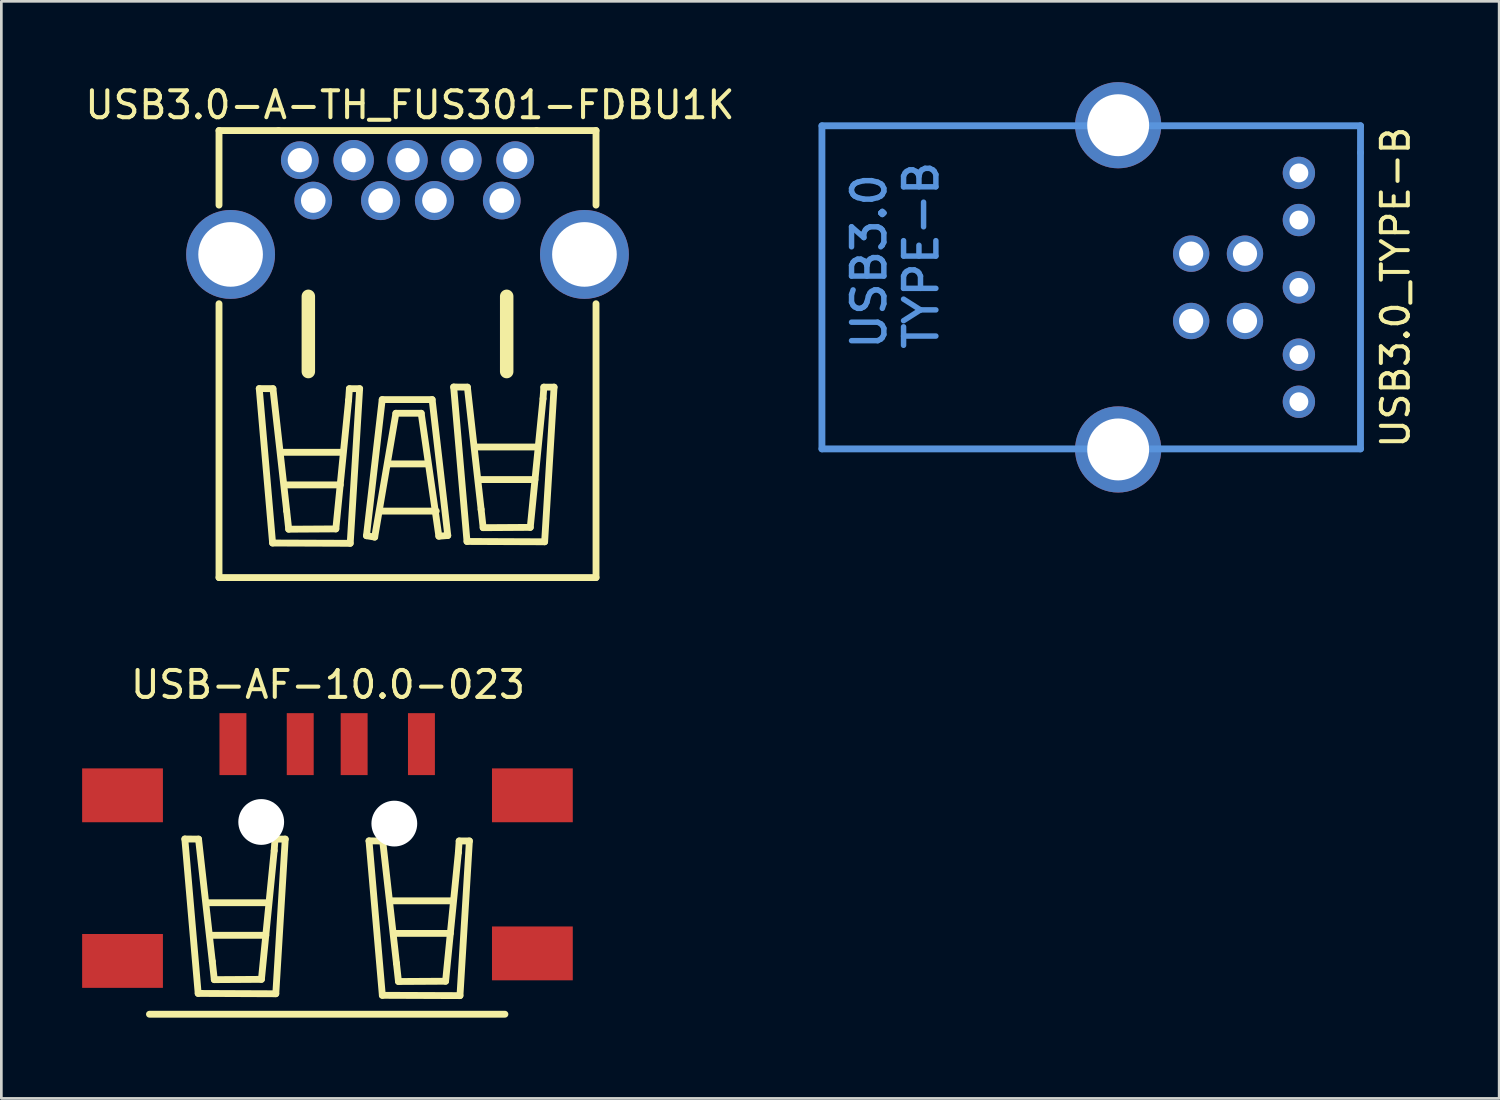
<source format=kicad_pcb>
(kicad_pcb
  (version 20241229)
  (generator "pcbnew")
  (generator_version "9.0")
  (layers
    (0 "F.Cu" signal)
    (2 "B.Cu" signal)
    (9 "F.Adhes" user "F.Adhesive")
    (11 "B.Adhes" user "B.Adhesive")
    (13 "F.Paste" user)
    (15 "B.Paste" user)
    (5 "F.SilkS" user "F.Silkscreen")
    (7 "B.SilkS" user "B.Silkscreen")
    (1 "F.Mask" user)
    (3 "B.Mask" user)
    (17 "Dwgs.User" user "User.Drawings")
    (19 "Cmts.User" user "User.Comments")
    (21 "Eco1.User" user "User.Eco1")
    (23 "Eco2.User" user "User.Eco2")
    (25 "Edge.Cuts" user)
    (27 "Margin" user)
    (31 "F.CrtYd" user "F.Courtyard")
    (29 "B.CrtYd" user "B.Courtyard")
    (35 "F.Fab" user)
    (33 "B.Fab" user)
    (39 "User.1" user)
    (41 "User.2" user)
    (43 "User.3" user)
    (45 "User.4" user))
  (footprint "USB-AF-10.0-023"
    (layer "F.Cu")
    (at 9.1 25.334)
    (property "Reference" "USB-AF-10.0-023" (at 0.03 -2.96 0) (layer "F.SilkS") (effects (font (size 1 1) (thickness 0.15))))
    (attr through_hole)
    (fp_line (start -6.6 9.279) (end 6.6 9.279) (stroke (width 0.254) (type solid)) (layer "F.SilkS"))
    (fp_line (start -5.286 2.772) (end -4.777 2.776) (stroke (width 0.254) (type solid)) (layer "F.SilkS"))
    (fp_line (start -4.791 8.507) (end -5.286 2.772) (stroke (width 0.254) (type solid)) (layer "F.SilkS"))
    (fp_line (start -4.777 2.776) (end -4.267 7.316) (stroke (width 0.254) (type solid)) (layer "F.SilkS"))
    (fp_line (start -4.449 5.139) (end -2.188 5.139) (stroke (width 0.254) (type solid)) (layer "F.SilkS"))
    (fp_line (start -4.309 6.349) (end -2.279 6.349) (stroke (width 0.254) (type solid)) (layer "F.SilkS"))
    (fp_line (start -4.267 7.316) (end -4.192 7.995) (stroke (width 0.254) (type solid)) (layer "F.SilkS"))
    (fp_line (start -4.192 7.995) (end -2.442 7.984) (stroke (width 0.254) (type solid)) (layer "F.SilkS"))
    (fp_line (start -2.442 7.984) (end -1.968 3.206) (stroke (width 0.254) (type solid)) (layer "F.SilkS"))
    (fp_line (start -1.968 3.206) (end -1.938 2.776) (stroke (width 0.254) (type solid)) (layer "F.SilkS"))
    (fp_line (start -1.938 2.776) (end -1.558 2.776) (stroke (width 0.254) (type solid)) (layer "F.SilkS"))
    (fp_line (start -1.908 8.519) (end -4.791 8.507) (stroke (width 0.254) (type solid)) (layer "F.SilkS"))
    (fp_line (start -1.558 2.776) (end -1.908 8.519) (stroke (width 0.254) (type solid)) (layer "F.SilkS"))
    (fp_line (start 1.553 2.842) (end 2.062 2.846) (stroke (width 0.254) (type solid)) (layer "F.SilkS"))
    (fp_line (start 2.048 8.577) (end 1.553 2.842) (stroke (width 0.254) (type solid)) (layer "F.SilkS"))
    (fp_line (start 2.062 2.846) (end 2.572 7.386) (stroke (width 0.254) (type solid)) (layer "F.SilkS"))
    (fp_line (start 2.401 5.068) (end 4.661 5.068) (stroke (width 0.254) (type solid)) (layer "F.SilkS"))
    (fp_line (start 2.541 6.278) (end 4.571 6.278) (stroke (width 0.254) (type solid)) (layer "F.SilkS"))
    (fp_line (start 2.572 7.386) (end 2.647 8.064) (stroke (width 0.254) (type solid)) (layer "F.SilkS"))
    (fp_line (start 2.647 8.064) (end 4.397 8.054) (stroke (width 0.254) (type solid)) (layer "F.SilkS"))
    (fp_line (start 4.397 8.054) (end 4.871 3.275) (stroke (width 0.254) (type solid)) (layer "F.SilkS"))
    (fp_line (start 4.871 3.275) (end 4.901 2.845) (stroke (width 0.254) (type solid)) (layer "F.SilkS"))
    (fp_line (start 4.901 2.845) (end 5.281 2.845) (stroke (width 0.254) (type solid)) (layer "F.SilkS"))
    (fp_line (start 4.931 8.588) (end 2.048 8.577) (stroke (width 0.254) (type solid)) (layer "F.SilkS"))
    (fp_line (start 5.281 2.845) (end 4.931 8.588) (stroke (width 0.254) (type solid)) (layer "F.SilkS"))
    (pad "" np_thru_hole circle (at -2.45 2.14) (size 1.7 1.7) (drill 1.7) (layers "*.Cu" "*.Mask"))
    (pad "" np_thru_hole circle (at 2.493 2.2) (size 1.7 1.7) (drill 1.7) (layers "*.Cu" "*.Mask"))
    (pad "1" smd rect (at -3.5 -0.751 180) (size 1 2.3) (layers "F.Cu" "F.Mask" "F.Paste"))
    (pad "2" smd rect (at -1.001 -0.751 180) (size 1 2.3) (layers "F.Cu" "F.Mask" "F.Paste"))
    (pad "3" smd rect (at 1.001 -0.751 180) (size 1 2.3) (layers "F.Cu" "F.Mask" "F.Paste"))
    (pad "4" smd rect (at 3.5 -0.751 180) (size 1 2.3) (layers "F.Cu" "F.Mask" "F.Paste"))
    (pad "5" smd rect (at -7.6 1.15) (size 3 2) (layers "F.Cu" "F.Mask" "F.Paste"))
    (pad "5" smd rect (at -7.6 7.3) (size 3 2) (layers "F.Cu" "F.Mask" "F.Paste"))
    (pad "5" smd rect (at 7.62 1.15 180) (size 3 2) (layers "F.Cu" "F.Mask" "F.Paste"))
    (pad "5" smd rect (at 7.62 7.02 180) (size 3 2) (layers "F.Cu" "F.Mask" "F.Paste")))
  (footprint "USB3.0-A-TH_FUS301-FDBU1K"
    (layer "F.Cu")
    (at 12.083 4.648)
    (property "Reference" "USB3.0-A-TH_FUS301-FDBU1K" (at 0.09 -3.8 0) (layer "F.SilkS") (effects (font (size 1 1) (thickness 0.15))))
    (attr through_hole)
    (fp_line (start -7 -2.85) (end -7 -0.081) (stroke (width 0.254) (type solid)) (layer "F.SilkS"))
    (fp_line (start -7 3.581) (end -7 13.75) (stroke (width 0.254) (type solid)) (layer "F.SilkS"))
    (fp_line (start -5.506 6.732) (end -4.997 6.735) (stroke (width 0.254) (type solid)) (layer "F.SilkS"))
    (fp_line (start -5.011 12.467) (end -5.506 6.732) (stroke (width 0.254) (type solid)) (layer "F.SilkS"))
    (fp_line (start -4.997 6.735) (end -4.487 11.276) (stroke (width 0.254) (type solid)) (layer "F.SilkS"))
    (fp_line (start -4.791 -2.85) (end -7 -2.85) (stroke (width 0.254) (type solid)) (layer "F.SilkS"))
    (fp_line (start -4.668 9.098) (end -2.408 9.098) (stroke (width 0.254) (type solid)) (layer "F.SilkS"))
    (fp_line (start -4.529 10.309) (end -2.499 10.309) (stroke (width 0.254) (type solid)) (layer "F.SilkS"))
    (fp_line (start -4.487 11.276) (end -4.412 11.954) (stroke (width 0.254) (type solid)) (layer "F.SilkS"))
    (fp_line (start -4.412 11.954) (end -2.662 11.943) (stroke (width 0.254) (type solid)) (layer "F.SilkS"))
    (fp_line (start -3.683 3.306) (end -3.683 6.1) (stroke (width 0.5) (type solid)) (layer "F.SilkS"))
    (fp_line (start -2.662 11.943) (end -2.188 7.165) (stroke (width 0.254) (type solid)) (layer "F.SilkS"))
    (fp_line (start -2.188 7.165) (end -2.158 6.735) (stroke (width 0.254) (type solid)) (layer "F.SilkS"))
    (fp_line (start -2.158 6.735) (end -1.778 6.735) (stroke (width 0.254) (type solid)) (layer "F.SilkS"))
    (fp_line (start -2.128 12.478) (end -5.011 12.467) (stroke (width 0.254) (type solid)) (layer "F.SilkS"))
    (fp_line (start -1.778 6.735) (end -2.128 12.478) (stroke (width 0.254) (type solid)) (layer "F.SilkS"))
    (fp_line (start -1.524 12.196) (end -0.94 7.141) (stroke (width 0.254) (type solid)) (layer "F.SilkS"))
    (fp_line (start -1.219 12.247) (end -1.524 12.196) (stroke (width 0.254) (type solid)) (layer "F.SilkS"))
    (fp_line (start -0.94 7.141) (end 0.914 7.141) (stroke (width 0.254) (type solid)) (layer "F.SilkS"))
    (fp_line (start -0.432 7.649) (end -1.219 12.247) (stroke (width 0.254) (type solid)) (layer "F.SilkS"))
    (fp_line (start 0.508 7.649) (end -0.432 7.649) (stroke (width 0.254) (type solid)) (layer "F.SilkS"))
    (fp_line (start 0.737 9.529) (end -0.711 9.529) (stroke (width 0.254) (type solid)) (layer "F.SilkS"))
    (fp_line (start 0.914 7.141) (end 1.495 12.188) (stroke (width 0.254) (type solid)) (layer "F.SilkS"))
    (fp_line (start 1.067 11.282) (end -1.016 11.282) (stroke (width 0.254) (type solid)) (layer "F.SilkS"))
    (fp_line (start 1.164 12.214) (end 0.508 7.649) (stroke (width 0.254) (type solid)) (layer "F.SilkS"))
    (fp_line (start 1.495 12.188) (end 1.164 12.214) (stroke (width 0.254) (type solid)) (layer "F.SilkS"))
    (fp_line (start 1.714 6.674) (end 2.223 6.678) (stroke (width 0.254) (type solid)) (layer "F.SilkS"))
    (fp_line (start 2.209 12.409) (end 1.714 6.674) (stroke (width 0.254) (type solid)) (layer "F.SilkS"))
    (fp_line (start 2.223 6.678) (end 2.733 11.218) (stroke (width 0.254) (type solid)) (layer "F.SilkS"))
    (fp_line (start 2.562 8.901) (end 4.822 8.901) (stroke (width 0.254) (type solid)) (layer "F.SilkS"))
    (fp_line (start 2.702 10.111) (end 4.732 10.111) (stroke (width 0.254) (type solid)) (layer "F.SilkS"))
    (fp_line (start 2.733 11.218) (end 2.808 11.897) (stroke (width 0.254) (type solid)) (layer "F.SilkS"))
    (fp_line (start 2.808 11.897) (end 4.558 11.886) (stroke (width 0.254) (type solid)) (layer "F.SilkS"))
    (fp_line (start 3.683 3.306) (end 3.683 6.1) (stroke (width 0.5) (type solid)) (layer "F.SilkS"))
    (fp_line (start 4.558 11.886) (end 5.032 7.108) (stroke (width 0.254) (type solid)) (layer "F.SilkS"))
    (fp_line (start 4.791 -2.85) (end -4.791 -2.85) (stroke (width 0.254) (type solid)) (layer "F.SilkS"))
    (fp_line (start 5.032 7.108) (end 5.062 6.678) (stroke (width 0.254) (type solid)) (layer "F.SilkS"))
    (fp_line (start 5.062 6.678) (end 5.442 6.678) (stroke (width 0.254) (type solid)) (layer "F.SilkS"))
    (fp_line (start 5.092 12.421) (end 2.209 12.409) (stroke (width 0.254) (type solid)) (layer "F.SilkS"))
    (fp_line (start 5.442 6.678) (end 5.092 12.421) (stroke (width 0.254) (type solid)) (layer "F.SilkS"))
    (fp_line (start 7 -2.85) (end 4.791 -2.85) (stroke (width 0.254) (type solid)) (layer "F.SilkS"))
    (fp_line (start 7 -2.85) (end 7 -0.081) (stroke (width 0.254) (type solid)) (layer "F.SilkS"))
    (fp_line (start 7 3.581) (end 7 13.75) (stroke (width 0.254) (type solid)) (layer "F.SilkS"))
    (fp_line (start 7 13.75) (end -7 13.75) (stroke (width 0.254) (type solid)) (layer "F.SilkS"))
    (pad "1" thru_hole circle (at -3.5 -0.25 180) (size 1.4 1.4) (drill 0.914) (layers "*.Cu" "*.Mask"))
    (pad "2" thru_hole circle (at -1 -0.25 180) (size 1.45 1.45) (drill 0.914) (layers "*.Cu" "*.Mask"))
    (pad "3" thru_hole circle (at 1 -0.25 180) (size 1.45 1.45) (drill 0.914) (layers "*.Cu" "*.Mask"))
    (pad "4" thru_hole circle (at 3.5 -0.25 180) (size 1.4 1.4) (drill 0.914) (layers "*.Cu" "*.Mask"))
    (pad "5" thru_hole circle (at 4 -1.75 180) (size 1.4 1.4) (drill 0.9) (layers "*.Cu" "*.Mask"))
    (pad "6" thru_hole circle (at 2 -1.75 180) (size 1.5 1.5) (drill 0.9) (layers "*.Cu" "*.Mask"))
    (pad "7" thru_hole circle (at 0 -1.75 180) (size 1.5 1.5) (drill 0.9) (layers "*.Cu" "*.Mask"))
    (pad "8" thru_hole circle (at -2 -1.75 180) (size 1.5 1.5) (drill 0.9) (layers "*.Cu" "*.Mask"))
    (pad "9" thru_hole circle (at -4 -1.75 180) (size 1.4 1.4) (drill 0.9) (layers "*.Cu" "*.Mask"))
    (pad "10" thru_hole circle (at -6.57 1.75 180) (size 3.3 3.3) (drill 2.4) (layers "*.Cu" "*.Mask"))
    (pad "10" thru_hole circle (at 6.57 1.75 180) (size 3.3 3.3) (drill 2.4) (layers "*.Cu" "*.Mask")))
  (footprint "USB3.0_TYPE-B"
    (layer "F.Cu")
    (at 38.473 7.62)
    (property "Reference" "USB3.0_TYPE-B" (at 10.3 0 90) (layer "F.SilkS") (effects (font (size 1 1) (thickness 0.15))))
    (attr through_hole)
    (fp_line (start -11.001 -5.999) (end -11.001 5.999) (stroke (width 0.254) (type solid)) (layer "Cmts.User"))
    (fp_line (start -11.001 5.999) (end 8.999 5.999) (stroke (width 0.254) (type solid)) (layer "Cmts.User"))
    (fp_line (start 8.999 -5.001) (end 9 -6) (stroke (width 0.254) (type solid)) (layer "Cmts.User"))
    (fp_line (start 8.999 5.999) (end 8.999 -5.001) (stroke (width 0.254) (type solid)) (layer "Cmts.User"))
    (fp_line (start 9 -6) (end -11.001 -5.999) (stroke (width 0.254) (type solid)) (layer "Cmts.User"))
    (fp_text user "USB3.0\nTYPE-B" (at -8.28 2.4 90) (layer "Cmts.User") (effects (font (size 1.2 1.2) (thickness 0.203)) (justify left)))
    (pad "1" thru_hole circle (at 4.709 1.25 270) (size 1.35 1.35) (drill 0.9) (layers "*.Cu" "*.Mask"))
    (pad "2" thru_hole circle (at 4.709 -1.25 270) (size 1.35 1.35) (drill 0.9) (layers "*.Cu" "*.Mask"))
    (pad "3" thru_hole circle (at 2.71 -1.25 270) (size 1.35 1.35) (drill 0.9) (layers "*.Cu" "*.Mask"))
    (pad "4" thru_hole circle (at 2.71 1.25 270) (size 1.35 1.35) (drill 0.9) (layers "*.Cu" "*.Mask"))
    (pad "5" thru_hole circle (at 6.711 -4.249 270) (size 1.2 1.2) (drill 0.7) (layers "*.Cu" "*.Mask"))
    (pad "6" thru_hole circle (at 6.711 -2.499 270) (size 1.2 1.2) (drill 0.7) (layers "*.Cu" "*.Mask"))
    (pad "7" thru_hole circle (at 6.711 0 270) (size 1.2 1.2) (drill 0.7) (layers "*.Cu" "*.Mask"))
    (pad "8" thru_hole circle (at 6.711 2.499 270) (size 1.2 1.2) (drill 0.7) (layers "*.Cu" "*.Mask"))
    (pad "9" thru_hole circle (at 6.711 4.249 270) (size 1.2 1.2) (drill 0.7) (layers "*.Cu" "*.Mask"))
    (pad "10" thru_hole circle (at 0 -6.02 270) (size 3.2 3.2) (drill 2.3) (layers "*.Cu" "*.Mask"))
    (pad "10" thru_hole circle (at 0 6.02 270) (size 3.2 3.2) (drill 2.3) (layers "*.Cu" "*.Mask")))
  (gr_rect
    (start -3 -3)
    (end 52.621 37.74)
    (stroke (width 0.1) (type default))
    (fill no)
    (layer "Edge.Cuts")))
</source>
